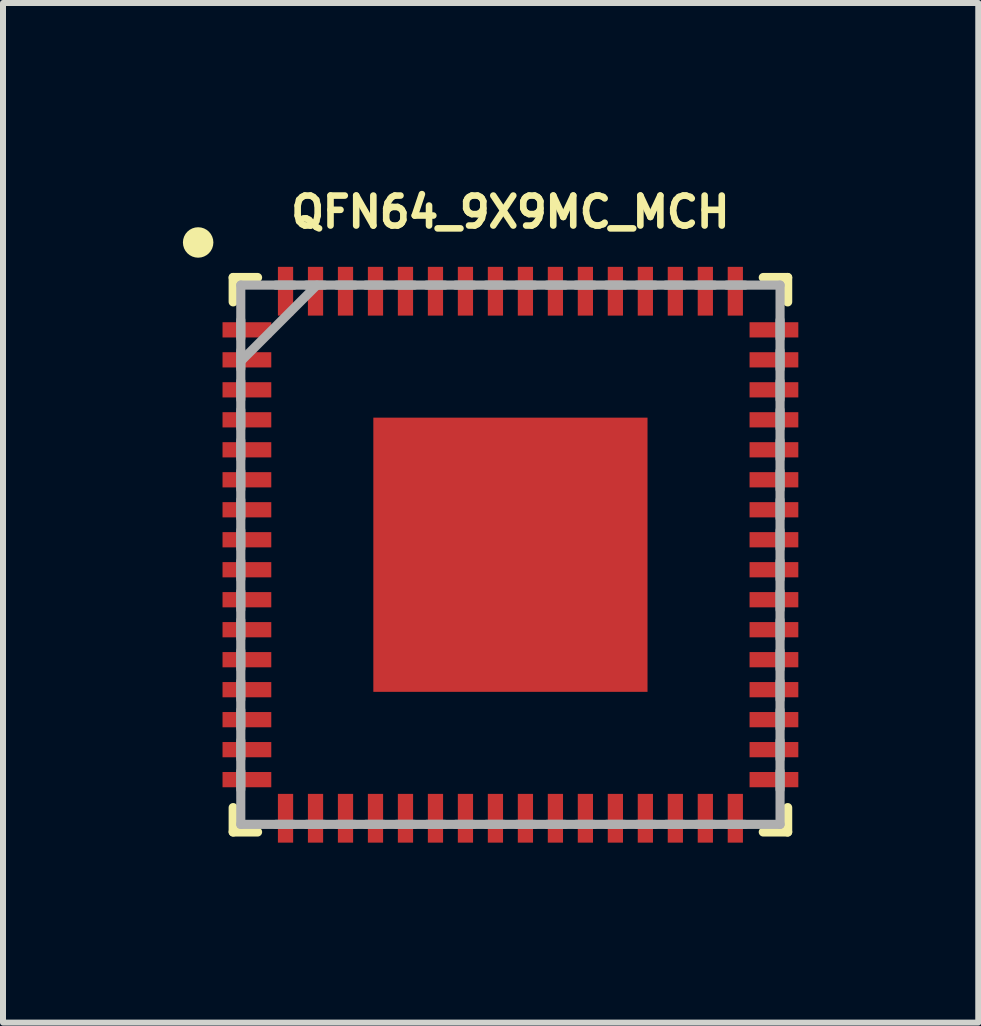
<source format=kicad_pcb>
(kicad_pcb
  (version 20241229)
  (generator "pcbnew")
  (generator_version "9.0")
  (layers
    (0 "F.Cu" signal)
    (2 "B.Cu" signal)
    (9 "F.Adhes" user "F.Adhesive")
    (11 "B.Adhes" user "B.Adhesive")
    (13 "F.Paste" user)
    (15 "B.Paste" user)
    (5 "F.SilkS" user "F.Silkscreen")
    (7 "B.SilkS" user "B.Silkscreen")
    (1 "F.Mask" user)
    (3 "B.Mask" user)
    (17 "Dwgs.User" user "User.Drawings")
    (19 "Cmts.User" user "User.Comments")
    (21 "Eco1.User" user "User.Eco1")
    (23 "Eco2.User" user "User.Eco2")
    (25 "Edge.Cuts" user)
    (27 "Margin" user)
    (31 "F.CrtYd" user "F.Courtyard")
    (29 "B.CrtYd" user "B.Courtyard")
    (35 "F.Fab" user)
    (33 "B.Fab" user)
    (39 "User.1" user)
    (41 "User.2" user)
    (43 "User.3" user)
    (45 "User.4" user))
  (footprint "QFN64_9X9MC_MCH"
    (layer "F.Cu")
    (at 5.461 6.2)
    (property "Reference" "QFN64_9X9MC_MCH" (at 0 -5.715 0) (layer "F.SilkS") (effects (font (size 0.5 0.5) (thickness 0.11))))
    (fp_line (start -4.623 -4.623) (end -4.623 -4.216) (stroke (width 0.152) (type solid)) (layer "F.SilkS"))
    (fp_line (start -4.623 4.216) (end -4.623 4.623) (stroke (width 0.152) (type solid)) (layer "F.SilkS"))
    (fp_line (start -4.623 4.623) (end -4.216 4.623) (stroke (width 0.152) (type solid)) (layer "F.SilkS"))
    (fp_line (start -4.216 -4.623) (end -4.623 -4.623) (stroke (width 0.152) (type solid)) (layer "F.SilkS"))
    (fp_line (start 4.216 4.623) (end 4.623 4.623) (stroke (width 0.152) (type solid)) (layer "F.SilkS"))
    (fp_line (start 4.623 -4.623) (end 4.216 -4.623) (stroke (width 0.152) (type solid)) (layer "F.SilkS"))
    (fp_line (start 4.623 -4.216) (end 4.623 -4.623) (stroke (width 0.152) (type solid)) (layer "F.SilkS"))
    (fp_line (start 4.623 4.623) (end 4.623 4.216) (stroke (width 0.152) (type solid)) (layer "F.SilkS"))
    (fp_circle (center -5.207 -5.207) (end -5.08 -5.207) (stroke (width 0.254) (type solid)) (fill no) (layer "F.SilkS"))
    (fp_poly (pts (xy -0.837 -0.837) (xy -2.161 -0.837) (xy -2.161 -2.161) (xy -0.837 -2.161)) (stroke (width 0) (type default)) (fill yes) (layer "F.Paste"))
    (fp_poly (pts (xy -0.837 0.662) (xy -2.161 0.662) (xy -2.161 -0.662) (xy -0.837 -0.662)) (stroke (width 0) (type default)) (fill yes) (layer "F.Paste"))
    (fp_poly (pts (xy -0.837 2.161) (xy -2.161 2.161) (xy -2.161 0.837) (xy -0.837 0.837)) (stroke (width 0) (type default)) (fill yes) (layer "F.Paste"))
    (fp_poly (pts (xy 0.662 -0.837) (xy -0.662 -0.837) (xy -0.662 -2.161) (xy 0.662 -2.161)) (stroke (width 0) (type default)) (fill yes) (layer "F.Paste"))
    (fp_poly (pts (xy 0.662 0.662) (xy -0.662 0.662) (xy -0.662 -0.662) (xy 0.662 -0.662)) (stroke (width 0) (type default)) (fill yes) (layer "F.Paste"))
    (fp_poly (pts (xy 0.662 2.161) (xy -0.662 2.161) (xy -0.662 0.837) (xy 0.662 0.837)) (stroke (width 0) (type default)) (fill yes) (layer "F.Paste"))
    (fp_poly (pts (xy 2.161 -0.837) (xy 0.837 -0.837) (xy 0.837 -2.161) (xy 2.161 -2.161)) (stroke (width 0) (type default)) (fill yes) (layer "F.Paste"))
    (fp_poly (pts (xy 2.161 0.662) (xy 0.837 0.662) (xy 0.837 -0.662) (xy 2.161 -0.662)) (stroke (width 0) (type default)) (fill yes) (layer "F.Paste"))
    (fp_poly (pts (xy 2.161 2.161) (xy 0.837 2.161) (xy 0.837 0.837) (xy 2.161 0.837)) (stroke (width 0) (type default)) (fill yes) (layer "F.Paste"))
    (fp_line (start -4.496 -4.496) (end -4.496 4.496) (stroke (width 0.152) (type solid)) (layer "F.Fab"))
    (fp_line (start -4.496 -3.912) (end -4.496 -3.607) (stroke (width 0.152) (type solid)) (layer "F.Fab"))
    (fp_line (start -4.496 -3.404) (end -4.496 -3.099) (stroke (width 0.152) (type solid)) (layer "F.Fab"))
    (fp_line (start -4.496 -3.226) (end -3.226 -4.496) (stroke (width 0.152) (type solid)) (layer "F.Fab"))
    (fp_line (start -4.496 -2.896) (end -4.496 -2.591) (stroke (width 0.152) (type solid)) (layer "F.Fab"))
    (fp_line (start -4.496 -2.413) (end -4.496 -2.108) (stroke (width 0.152) (type solid)) (layer "F.Fab"))
    (fp_line (start -4.496 -1.905) (end -4.496 -1.6) (stroke (width 0.152) (type solid)) (layer "F.Fab"))
    (fp_line (start -4.496 -1.397) (end -4.496 -1.092) (stroke (width 0.152) (type solid)) (layer "F.Fab"))
    (fp_line (start -4.496 -0.914) (end -4.496 -0.61) (stroke (width 0.152) (type solid)) (layer "F.Fab"))
    (fp_line (start -4.496 -0.406) (end -4.496 -0.102) (stroke (width 0.152) (type solid)) (layer "F.Fab"))
    (fp_line (start -4.496 0.102) (end -4.496 0.406) (stroke (width 0.152) (type solid)) (layer "F.Fab"))
    (fp_line (start -4.496 0.61) (end -4.496 0.914) (stroke (width 0.152) (type solid)) (layer "F.Fab"))
    (fp_line (start -4.496 1.092) (end -4.496 1.397) (stroke (width 0.152) (type solid)) (layer "F.Fab"))
    (fp_line (start -4.496 1.6) (end -4.496 1.905) (stroke (width 0.152) (type solid)) (layer "F.Fab"))
    (fp_line (start -4.496 2.108) (end -4.496 2.413) (stroke (width 0.152) (type solid)) (layer "F.Fab"))
    (fp_line (start -4.496 2.591) (end -4.496 2.896) (stroke (width 0.152) (type solid)) (layer "F.Fab"))
    (fp_line (start -4.496 3.099) (end -4.496 3.404) (stroke (width 0.152) (type solid)) (layer "F.Fab"))
    (fp_line (start -4.496 3.607) (end -4.496 3.912) (stroke (width 0.152) (type solid)) (layer "F.Fab"))
    (fp_line (start -4.496 4.496) (end 4.496 4.496) (stroke (width 0.152) (type solid)) (layer "F.Fab"))
    (fp_line (start -3.912 4.496) (end -3.607 4.496) (stroke (width 0.152) (type solid)) (layer "F.Fab"))
    (fp_line (start -3.607 -4.496) (end -3.912 -4.496) (stroke (width 0.152) (type solid)) (layer "F.Fab"))
    (fp_line (start -3.404 4.496) (end -3.099 4.496) (stroke (width 0.152) (type solid)) (layer "F.Fab"))
    (fp_line (start -3.099 -4.496) (end -3.404 -4.496) (stroke (width 0.152) (type solid)) (layer "F.Fab"))
    (fp_line (start -2.896 4.496) (end -2.591 4.496) (stroke (width 0.152) (type solid)) (layer "F.Fab"))
    (fp_line (start -2.591 -4.496) (end -2.896 -4.496) (stroke (width 0.152) (type solid)) (layer "F.Fab"))
    (fp_line (start -2.413 4.496) (end -2.108 4.496) (stroke (width 0.152) (type solid)) (layer "F.Fab"))
    (fp_line (start -2.108 -4.496) (end -2.413 -4.496) (stroke (width 0.152) (type solid)) (layer "F.Fab"))
    (fp_line (start -1.905 4.496) (end -1.6 4.496) (stroke (width 0.152) (type solid)) (layer "F.Fab"))
    (fp_line (start -1.6 -4.496) (end -1.905 -4.496) (stroke (width 0.152) (type solid)) (layer "F.Fab"))
    (fp_line (start -1.397 4.496) (end -1.092 4.496) (stroke (width 0.152) (type solid)) (layer "F.Fab"))
    (fp_line (start -1.092 -4.496) (end -1.397 -4.496) (stroke (width 0.152) (type solid)) (layer "F.Fab"))
    (fp_line (start -0.914 4.496) (end -0.61 4.496) (stroke (width 0.152) (type solid)) (layer "F.Fab"))
    (fp_line (start -0.61 -4.496) (end -0.914 -4.496) (stroke (width 0.152) (type solid)) (layer "F.Fab"))
    (fp_line (start -0.406 4.496) (end -0.102 4.496) (stroke (width 0.152) (type solid)) (layer "F.Fab"))
    (fp_line (start -0.102 -4.496) (end -0.406 -4.496) (stroke (width 0.152) (type solid)) (layer "F.Fab"))
    (fp_line (start 0.102 4.496) (end 0.406 4.496) (stroke (width 0.152) (type solid)) (layer "F.Fab"))
    (fp_line (start 0.406 -4.496) (end 0.102 -4.496) (stroke (width 0.152) (type solid)) (layer "F.Fab"))
    (fp_line (start 0.61 4.496) (end 0.914 4.496) (stroke (width 0.152) (type solid)) (layer "F.Fab"))
    (fp_line (start 0.914 -4.496) (end 0.61 -4.496) (stroke (width 0.152) (type solid)) (layer "F.Fab"))
    (fp_line (start 1.092 4.496) (end 1.397 4.496) (stroke (width 0.152) (type solid)) (layer "F.Fab"))
    (fp_line (start 1.397 -4.496) (end 1.092 -4.496) (stroke (width 0.152) (type solid)) (layer "F.Fab"))
    (fp_line (start 1.6 4.496) (end 1.905 4.496) (stroke (width 0.152) (type solid)) (layer "F.Fab"))
    (fp_line (start 1.905 -4.496) (end 1.6 -4.496) (stroke (width 0.152) (type solid)) (layer "F.Fab"))
    (fp_line (start 2.108 4.496) (end 2.413 4.496) (stroke (width 0.152) (type solid)) (layer "F.Fab"))
    (fp_line (start 2.413 -4.496) (end 2.108 -4.496) (stroke (width 0.152) (type solid)) (layer "F.Fab"))
    (fp_line (start 2.591 4.496) (end 2.896 4.496) (stroke (width 0.152) (type solid)) (layer "F.Fab"))
    (fp_line (start 2.896 -4.496) (end 2.591 -4.496) (stroke (width 0.152) (type solid)) (layer "F.Fab"))
    (fp_line (start 3.099 4.496) (end 3.404 4.496) (stroke (width 0.152) (type solid)) (layer "F.Fab"))
    (fp_line (start 3.404 -4.496) (end 3.099 -4.496) (stroke (width 0.152) (type solid)) (layer "F.Fab"))
    (fp_line (start 3.607 4.496) (end 3.912 4.496) (stroke (width 0.152) (type solid)) (layer "F.Fab"))
    (fp_line (start 3.912 -4.496) (end 3.607 -4.496) (stroke (width 0.152) (type solid)) (layer "F.Fab"))
    (fp_line (start 4.496 -4.496) (end -4.496 -4.496) (stroke (width 0.152) (type solid)) (layer "F.Fab"))
    (fp_line (start 4.496 -3.607) (end 4.496 -3.912) (stroke (width 0.152) (type solid)) (layer "F.Fab"))
    (fp_line (start 4.496 -3.099) (end 4.496 -3.404) (stroke (width 0.152) (type solid)) (layer "F.Fab"))
    (fp_line (start 4.496 -2.591) (end 4.496 -2.896) (stroke (width 0.152) (type solid)) (layer "F.Fab"))
    (fp_line (start 4.496 -2.108) (end 4.496 -2.413) (stroke (width 0.152) (type solid)) (layer "F.Fab"))
    (fp_line (start 4.496 -1.6) (end 4.496 -1.905) (stroke (width 0.152) (type solid)) (layer "F.Fab"))
    (fp_line (start 4.496 -1.092) (end 4.496 -1.397) (stroke (width 0.152) (type solid)) (layer "F.Fab"))
    (fp_line (start 4.496 -0.61) (end 4.496 -0.914) (stroke (width 0.152) (type solid)) (layer "F.Fab"))
    (fp_line (start 4.496 -0.102) (end 4.496 -0.406) (stroke (width 0.152) (type solid)) (layer "F.Fab"))
    (fp_line (start 4.496 0.406) (end 4.496 0.102) (stroke (width 0.152) (type solid)) (layer "F.Fab"))
    (fp_line (start 4.496 0.914) (end 4.496 0.61) (stroke (width 0.152) (type solid)) (layer "F.Fab"))
    (fp_line (start 4.496 1.397) (end 4.496 1.092) (stroke (width 0.152) (type solid)) (layer "F.Fab"))
    (fp_line (start 4.496 1.905) (end 4.496 1.6) (stroke (width 0.152) (type solid)) (layer "F.Fab"))
    (fp_line (start 4.496 2.413) (end 4.496 2.108) (stroke (width 0.152) (type solid)) (layer "F.Fab"))
    (fp_line (start 4.496 2.896) (end 4.496 2.591) (stroke (width 0.152) (type solid)) (layer "F.Fab"))
    (fp_line (start 4.496 3.404) (end 4.496 3.099) (stroke (width 0.152) (type solid)) (layer "F.Fab"))
    (fp_line (start 4.496 3.912) (end 4.496 3.607) (stroke (width 0.152) (type solid)) (layer "F.Fab"))
    (fp_line (start 4.496 4.496) (end 4.496 -4.496) (stroke (width 0.152) (type solid)) (layer "F.Fab"))
    (pad "1" smd rect (at -4.394 -3.75 270) (size 0.254 0.813) (layers "F.Cu" "F.Mask" "F.Paste"))
    (pad "2" smd rect (at -4.394 -3.25 270) (size 0.254 0.813) (layers "F.Cu" "F.Mask" "F.Paste"))
    (pad "3" smd rect (at -4.394 -2.75 270) (size 0.254 0.813) (layers "F.Cu" "F.Mask" "F.Paste"))
    (pad "4" smd rect (at -4.394 -2.25 270) (size 0.254 0.813) (layers "F.Cu" "F.Mask" "F.Paste"))
    (pad "5" smd rect (at -4.394 -1.75 270) (size 0.254 0.813) (layers "F.Cu" "F.Mask" "F.Paste"))
    (pad "6" smd rect (at -4.394 -1.25 270) (size 0.254 0.813) (layers "F.Cu" "F.Mask" "F.Paste"))
    (pad "7" smd rect (at -4.394 -0.75 270) (size 0.254 0.813) (layers "F.Cu" "F.Mask" "F.Paste"))
    (pad "8" smd rect (at -4.394 -0.25 270) (size 0.254 0.813) (layers "F.Cu" "F.Mask" "F.Paste"))
    (pad "9" smd rect (at -4.394 0.25 270) (size 0.254 0.813) (layers "F.Cu" "F.Mask" "F.Paste"))
    (pad "10" smd rect (at -4.394 0.75 270) (size 0.254 0.813) (layers "F.Cu" "F.Mask" "F.Paste"))
    (pad "11" smd rect (at -4.394 1.25 270) (size 0.254 0.813) (layers "F.Cu" "F.Mask" "F.Paste"))
    (pad "12" smd rect (at -4.394 1.75 270) (size 0.254 0.813) (layers "F.Cu" "F.Mask" "F.Paste"))
    (pad "13" smd rect (at -4.394 2.25 270) (size 0.254 0.813) (layers "F.Cu" "F.Mask" "F.Paste"))
    (pad "14" smd rect (at -4.394 2.75 270) (size 0.254 0.813) (layers "F.Cu" "F.Mask" "F.Paste"))
    (pad "15" smd rect (at -4.394 3.25 270) (size 0.254 0.813) (layers "F.Cu" "F.Mask" "F.Paste"))
    (pad "16" smd rect (at -4.394 3.75 270) (size 0.254 0.813) (layers "F.Cu" "F.Mask" "F.Paste"))
    (pad "17" smd rect (at -3.75 4.394 180) (size 0.254 0.813) (layers "F.Cu" "F.Mask" "F.Paste"))
    (pad "18" smd rect (at -3.25 4.394 180) (size 0.254 0.813) (layers "F.Cu" "F.Mask" "F.Paste"))
    (pad "19" smd rect (at -2.75 4.394 180) (size 0.254 0.813) (layers "F.Cu" "F.Mask" "F.Paste"))
    (pad "20" smd rect (at -2.25 4.394 180) (size 0.254 0.813) (layers "F.Cu" "F.Mask" "F.Paste"))
    (pad "21" smd rect (at -1.75 4.394 180) (size 0.254 0.813) (layers "F.Cu" "F.Mask" "F.Paste"))
    (pad "22" smd rect (at -1.25 4.394 180) (size 0.254 0.813) (layers "F.Cu" "F.Mask" "F.Paste"))
    (pad "23" smd rect (at -0.75 4.394 180) (size 0.254 0.813) (layers "F.Cu" "F.Mask" "F.Paste"))
    (pad "24" smd rect (at -0.25 4.394 180) (size 0.254 0.813) (layers "F.Cu" "F.Mask" "F.Paste"))
    (pad "25" smd rect (at 0.25 4.394 180) (size 0.254 0.813) (layers "F.Cu" "F.Mask" "F.Paste"))
    (pad "26" smd rect (at 0.75 4.394 180) (size 0.254 0.813) (layers "F.Cu" "F.Mask" "F.Paste"))
    (pad "27" smd rect (at 1.25 4.394 180) (size 0.254 0.813) (layers "F.Cu" "F.Mask" "F.Paste"))
    (pad "28" smd rect (at 1.75 4.394 180) (size 0.254 0.813) (layers "F.Cu" "F.Mask" "F.Paste"))
    (pad "29" smd rect (at 2.25 4.394 180) (size 0.254 0.813) (layers "F.Cu" "F.Mask" "F.Paste"))
    (pad "30" smd rect (at 2.75 4.394 180) (size 0.254 0.813) (layers "F.Cu" "F.Mask" "F.Paste"))
    (pad "31" smd rect (at 3.25 4.394 180) (size 0.254 0.813) (layers "F.Cu" "F.Mask" "F.Paste"))
    (pad "32" smd rect (at 3.75 4.394 180) (size 0.254 0.813) (layers "F.Cu" "F.Mask" "F.Paste"))
    (pad "33" smd rect (at 4.394 3.75 270) (size 0.254 0.813) (layers "F.Cu" "F.Mask" "F.Paste"))
    (pad "34" smd rect (at 4.394 3.25 270) (size 0.254 0.813) (layers "F.Cu" "F.Mask" "F.Paste"))
    (pad "35" smd rect (at 4.394 2.75 270) (size 0.254 0.813) (layers "F.Cu" "F.Mask" "F.Paste"))
    (pad "36" smd rect (at 4.394 2.25 270) (size 0.254 0.813) (layers "F.Cu" "F.Mask" "F.Paste"))
    (pad "37" smd rect (at 4.394 1.75 270) (size 0.254 0.813) (layers "F.Cu" "F.Mask" "F.Paste"))
    (pad "38" smd rect (at 4.394 1.25 270) (size 0.254 0.813) (layers "F.Cu" "F.Mask" "F.Paste"))
    (pad "39" smd rect (at 4.394 0.75 270) (size 0.254 0.813) (layers "F.Cu" "F.Mask" "F.Paste"))
    (pad "40" smd rect (at 4.394 0.25 270) (size 0.254 0.813) (layers "F.Cu" "F.Mask" "F.Paste"))
    (pad "41" smd rect (at 4.394 -0.25 270) (size 0.254 0.813) (layers "F.Cu" "F.Mask" "F.Paste"))
    (pad "42" smd rect (at 4.394 -0.75 270) (size 0.254 0.813) (layers "F.Cu" "F.Mask" "F.Paste"))
    (pad "43" smd rect (at 4.394 -1.25 270) (size 0.254 0.813) (layers "F.Cu" "F.Mask" "F.Paste"))
    (pad "44" smd rect (at 4.394 -1.75 270) (size 0.254 0.813) (layers "F.Cu" "F.Mask" "F.Paste"))
    (pad "45" smd rect (at 4.394 -2.25 270) (size 0.254 0.813) (layers "F.Cu" "F.Mask" "F.Paste"))
    (pad "46" smd rect (at 4.394 -2.75 270) (size 0.254 0.813) (layers "F.Cu" "F.Mask" "F.Paste"))
    (pad "47" smd rect (at 4.394 -3.25 270) (size 0.254 0.813) (layers "F.Cu" "F.Mask" "F.Paste"))
    (pad "48" smd rect (at 4.394 -3.75 270) (size 0.254 0.813) (layers "F.Cu" "F.Mask" "F.Paste"))
    (pad "49" smd rect (at 3.75 -4.394 180) (size 0.254 0.813) (layers "F.Cu" "F.Mask" "F.Paste"))
    (pad "50" smd rect (at 3.25 -4.394 180) (size 0.254 0.813) (layers "F.Cu" "F.Mask" "F.Paste"))
    (pad "51" smd rect (at 2.75 -4.394 180) (size 0.254 0.813) (layers "F.Cu" "F.Mask" "F.Paste"))
    (pad "52" smd rect (at 2.25 -4.394 180) (size 0.254 0.813) (layers "F.Cu" "F.Mask" "F.Paste"))
    (pad "53" smd rect (at 1.75 -4.394 180) (size 0.254 0.813) (layers "F.Cu" "F.Mask" "F.Paste"))
    (pad "54" smd rect (at 1.25 -4.394 180) (size 0.254 0.813) (layers "F.Cu" "F.Mask" "F.Paste"))
    (pad "55" smd rect (at 0.75 -4.394 180) (size 0.254 0.813) (layers "F.Cu" "F.Mask" "F.Paste"))
    (pad "56" smd rect (at 0.25 -4.394 180) (size 0.254 0.813) (layers "F.Cu" "F.Mask" "F.Paste"))
    (pad "57" smd rect (at -0.25 -4.394 180) (size 0.254 0.813) (layers "F.Cu" "F.Mask" "F.Paste"))
    (pad "58" smd rect (at -0.75 -4.394 180) (size 0.254 0.813) (layers "F.Cu" "F.Mask" "F.Paste"))
    (pad "59" smd rect (at -1.25 -4.394 180) (size 0.254 0.813) (layers "F.Cu" "F.Mask" "F.Paste"))
    (pad "60" smd rect (at -1.75 -4.394 180) (size 0.254 0.813) (layers "F.Cu" "F.Mask" "F.Paste"))
    (pad "61" smd rect (at -2.25 -4.394 180) (size 0.254 0.813) (layers "F.Cu" "F.Mask" "F.Paste"))
    (pad "62" smd rect (at -2.75 -4.394 180) (size 0.254 0.813) (layers "F.Cu" "F.Mask" "F.Paste"))
    (pad "63" smd rect (at -3.25 -4.394 180) (size 0.254 0.813) (layers "F.Cu" "F.Mask" "F.Paste"))
    (pad "64" smd rect (at -3.75 -4.394 180) (size 0.254 0.813) (layers "F.Cu" "F.Mask" "F.Paste"))
    (pad "65" smd rect (at 0 0) (size 4.572 4.572) (layers "F.Cu" "F.Mask")))
  (gr_rect
    (start -3 -3)
    (end 13.262 14.001)
    (stroke (width 0.1) (type default))
    (fill no)
    (layer "Edge.Cuts")))
</source>
